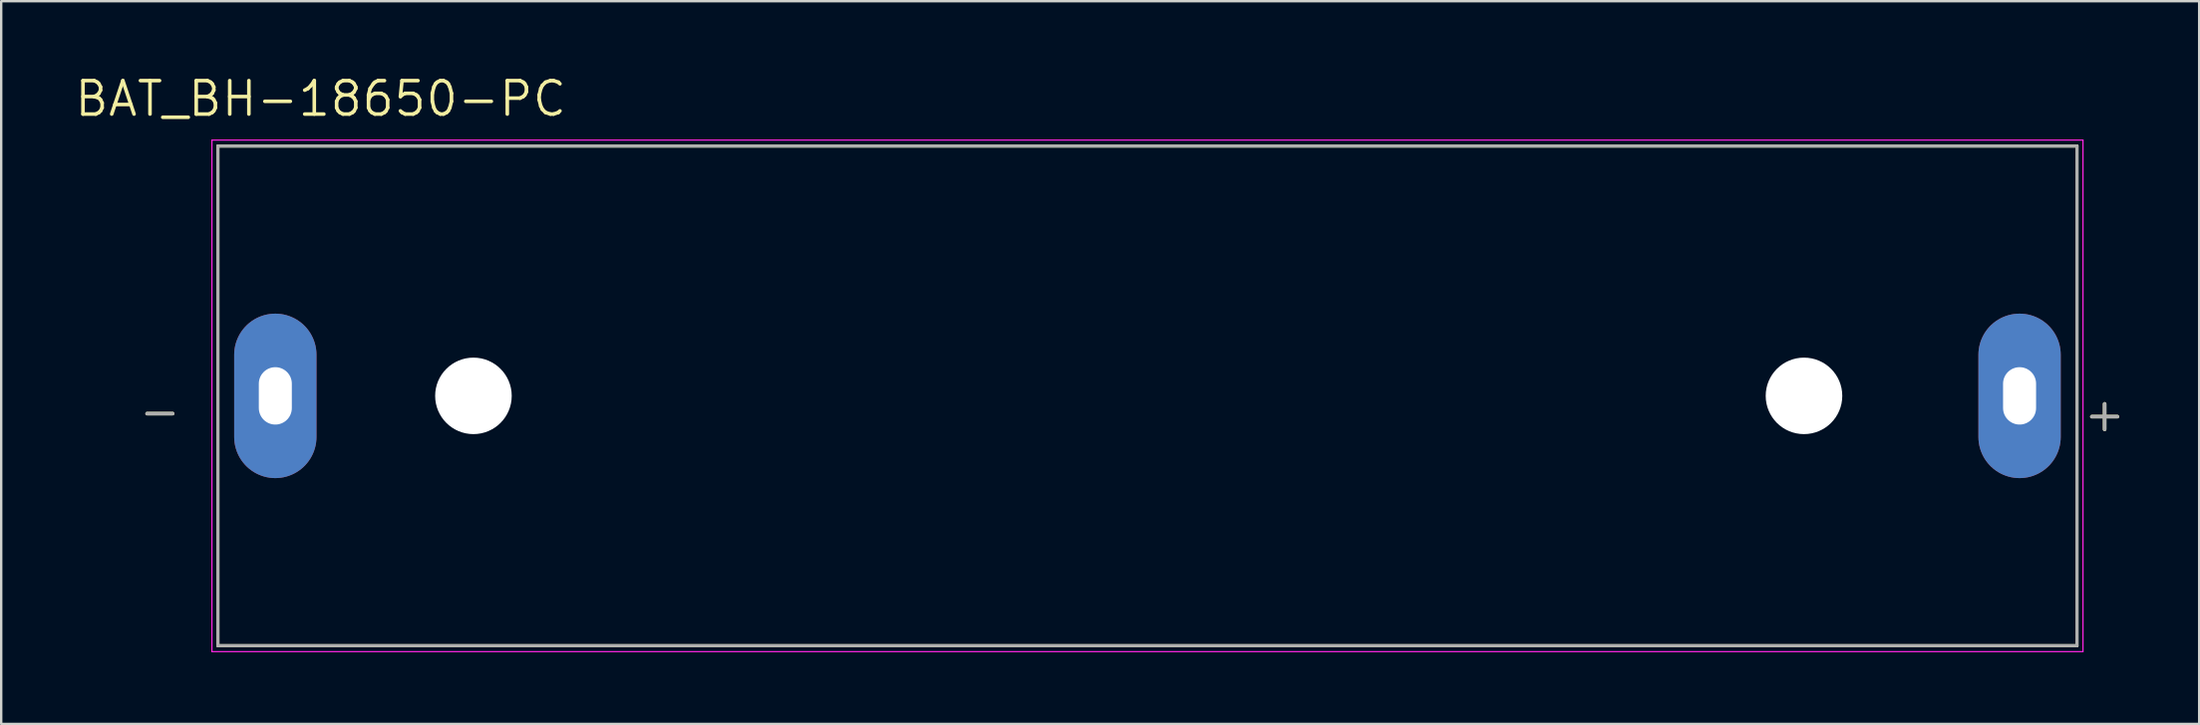
<source format=kicad_pcb>
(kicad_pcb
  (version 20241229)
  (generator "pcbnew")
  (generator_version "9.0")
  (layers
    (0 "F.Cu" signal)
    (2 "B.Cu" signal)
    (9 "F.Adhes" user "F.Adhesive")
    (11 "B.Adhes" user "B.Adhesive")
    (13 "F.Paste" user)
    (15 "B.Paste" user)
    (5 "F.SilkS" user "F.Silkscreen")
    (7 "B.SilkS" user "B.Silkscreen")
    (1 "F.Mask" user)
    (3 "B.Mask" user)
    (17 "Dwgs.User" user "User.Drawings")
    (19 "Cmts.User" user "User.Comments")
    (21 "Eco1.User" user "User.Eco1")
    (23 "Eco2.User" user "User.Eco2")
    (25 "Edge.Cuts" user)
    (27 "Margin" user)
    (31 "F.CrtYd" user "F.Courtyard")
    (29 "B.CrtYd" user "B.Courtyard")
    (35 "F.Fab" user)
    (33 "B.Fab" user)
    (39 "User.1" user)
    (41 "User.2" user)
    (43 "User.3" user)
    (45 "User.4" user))
  (footprint "BAT_BH-18650-PC"
    (layer "F.Cu")
    (at 44.907 13.511)
    (property "Reference" "BAT_BH-18650-PC" (at -34.555 -12.429 0) (layer "F.SilkS") (effects (font (size 1.4 1.4) (thickness 0.15))))
    (attr through_hole)
    (fp_line (start -38.85 -10.45) (end -38.85 10.45) (stroke (width 0.127) (type solid)) (layer "F.SilkS"))
    (fp_line (start -38.85 10.45) (end 38.85 10.45) (stroke (width 0.127) (type solid)) (layer "F.SilkS"))
    (fp_line (start 38.85 -10.45) (end -38.85 -10.45) (stroke (width 0.127) (type solid)) (layer "F.SilkS"))
    (fp_line (start 38.85 10.45) (end 38.85 -10.45) (stroke (width 0.127) (type solid)) (layer "F.SilkS"))
    (fp_line (start -39.1 -10.7) (end -39.1 10.7) (stroke (width 0.05) (type solid)) (layer "F.CrtYd"))
    (fp_line (start -39.1 10.7) (end 39.1 10.7) (stroke (width 0.05) (type solid)) (layer "F.CrtYd"))
    (fp_line (start 39.1 -10.7) (end -39.1 -10.7) (stroke (width 0.05) (type solid)) (layer "F.CrtYd"))
    (fp_line (start 39.1 10.7) (end 39.1 -10.7) (stroke (width 0.05) (type solid)) (layer "F.CrtYd"))
    (fp_line (start -38.85 -10.45) (end -38.85 10.45) (stroke (width 0.127) (type solid)) (layer "F.Fab"))
    (fp_line (start -38.85 10.45) (end 38.85 10.45) (stroke (width 0.127) (type solid)) (layer "F.Fab"))
    (fp_line (start 38.85 -10.45) (end -38.85 -10.45) (stroke (width 0.127) (type solid)) (layer "F.Fab"))
    (fp_line (start 38.85 10.45) (end 38.85 -10.45) (stroke (width 0.127) (type solid)) (layer "F.Fab"))
    (fp_text user "+" (at 40.005 0.762 0) (layer "F.SilkS") (effects (font (size 1.4 1.4) (thickness 0.15))))
    (fp_text user "-" (at -41.275 0.635 0) (layer "F.SilkS") (effects (font (size 1.4 1.4) (thickness 0.15))))
    (fp_text user "-" (at -41.275 0.635 0) (layer "F.Fab") (effects (font (size 1.4 1.4) (thickness 0.15))))
    (fp_text user "+" (at 40.005 0.762 0) (layer "F.Fab") (effects (font (size 1.4 1.4) (thickness 0.15))))
    (pad "" np_thru_hole circle (at -28.17 0) (size 3.2 3.2) (drill 3.2) (layers "*.Cu" "*.Mask"))
    (pad "" np_thru_hole circle (at 27.44 0) (size 3.2 3.2) (drill 3.2) (layers "*.Cu" "*.Mask"))
    (pad "N" thru_hole oval (at -36.45 0) (size 3.44 6.88) (drill oval 1.38 2.4) (layers "*.Cu" "*.Mask"))
    (pad "P" thru_hole oval (at 36.45 0) (size 3.44 6.88) (drill oval 1.38 2.4) (layers "*.Cu" "*.Mask")))
  (gr_rect
    (start -3 -3)
    (end 88.863 27.236)
    (stroke (width 0.1) (type default))
    (fill no)
    (layer "Edge.Cuts")))
</source>
